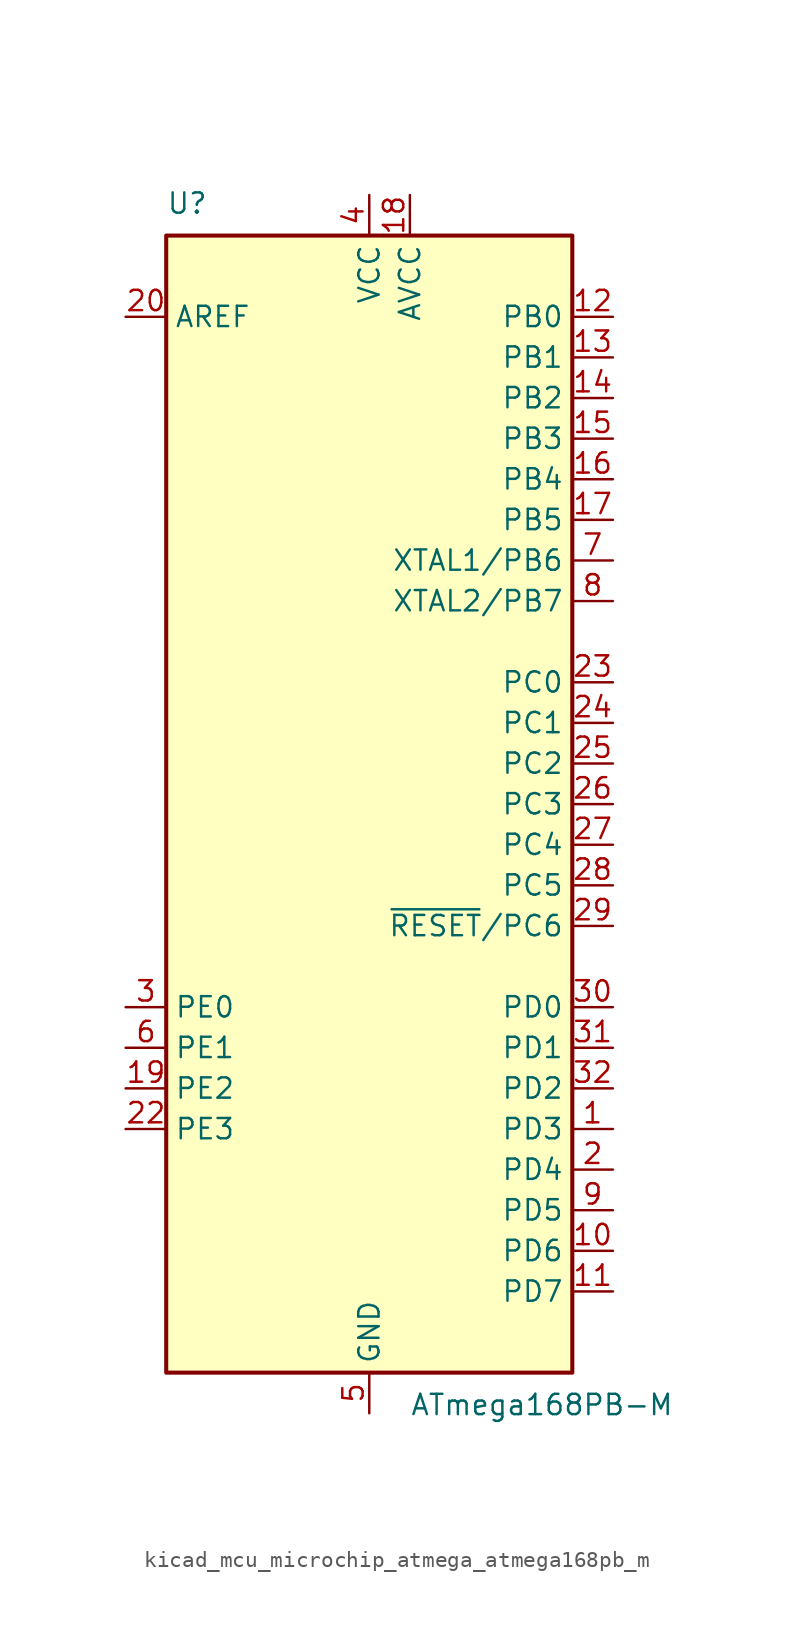
<source format=kicad_sym>
(kicad_symbol_lib
  (version 20220914)
  (generator kicad_symbol_editor)
  (symbol "kicad_mcu_microchip_atmega_atmega168pb_m"
    (property "Reference" "U"
      (at -12.7 36.83 0)
      (effects (font (size 1.27 1.27)) (justify left bottom)))
    (property "Value" "ATmega168PB-M"
      (at 2.54 -36.83 0)
      (effects (font (size 1.27 1.27)) (justify left top)))
    (symbol "kicad_mcu_microchip_atmega_atmega168pb_m_0_1"
      (rectangle (start -12.7 -35.56) (end 12.7 35.56) (stroke (width 0.254) (type default)) (fill (type background))))
    (symbol "kicad_mcu_microchip_atmega_atmega168pb_m_1_1"
      (pin bidirectional line (at 15.24 -20.32 180) (length 2.54) (name "PD3" (effects (font (size 1.27 1.27)))) (number "1" (effects (font (size 1.27 1.27)))))
      (pin bidirectional line (at 15.24 -27.94 180) (length 2.54) (name "PD6" (effects (font (size 1.27 1.27)))) (number "10" (effects (font (size 1.27 1.27)))))
      (pin bidirectional line (at 15.24 -30.48 180) (length 2.54) (name "PD7" (effects (font (size 1.27 1.27)))) (number "11" (effects (font (size 1.27 1.27)))))
      (pin bidirectional line (at 15.24 30.48 180) (length 2.54) (name "PB0" (effects (font (size 1.27 1.27)))) (number "12" (effects (font (size 1.27 1.27)))))
      (pin bidirectional line (at 15.24 27.94 180) (length 2.54) (name "PB1" (effects (font (size 1.27 1.27)))) (number "13" (effects (font (size 1.27 1.27)))))
      (pin bidirectional line (at 15.24 25.4 180) (length 2.54) (name "PB2" (effects (font (size 1.27 1.27)))) (number "14" (effects (font (size 1.27 1.27)))))
      (pin bidirectional line (at 15.24 22.86 180) (length 2.54) (name "PB3" (effects (font (size 1.27 1.27)))) (number "15" (effects (font (size 1.27 1.27)))))
      (pin bidirectional line (at 15.24 20.32 180) (length 2.54) (name "PB4" (effects (font (size 1.27 1.27)))) (number "16" (effects (font (size 1.27 1.27)))))
      (pin bidirectional line (at 15.24 17.78 180) (length 2.54) (name "PB5" (effects (font (size 1.27 1.27)))) (number "17" (effects (font (size 1.27 1.27)))))
      (pin power_in line (at 2.54 38.1 270) (length 2.54) (name "AVCC" (effects (font (size 1.27 1.27)))) (number "18" (effects (font (size 1.27 1.27)))))
      (pin bidirectional line (at -15.24 -17.78 0) (length 2.54) (name "PE2" (effects (font (size 1.27 1.27)))) (number "19" (effects (font (size 1.27 1.27)))))
      (pin bidirectional line (at 15.24 -22.86 180) (length 2.54) (name "PD4" (effects (font (size 1.27 1.27)))) (number "2" (effects (font (size 1.27 1.27)))))
      (pin passive line (at -15.24 30.48 0) (length 2.54) (name "AREF" (effects (font (size 1.27 1.27)))) (number "20" (effects (font (size 1.27 1.27)))))
      (pin passive line (at 0 -38.1 90) (length 2.54) hide (name "GND" (effects (font (size 1.27 1.27)))) (number "21" (effects (font (size 1.27 1.27)))))
      (pin bidirectional line (at -15.24 -20.32 0) (length 2.54) (name "PE3" (effects (font (size 1.27 1.27)))) (number "22" (effects (font (size 1.27 1.27)))))
      (pin bidirectional line (at 15.24 7.62 180) (length 2.54) (name "PC0" (effects (font (size 1.27 1.27)))) (number "23" (effects (font (size 1.27 1.27)))))
      (pin bidirectional line (at 15.24 5.08 180) (length 2.54) (name "PC1" (effects (font (size 1.27 1.27)))) (number "24" (effects (font (size 1.27 1.27)))))
      (pin bidirectional line (at 15.24 2.54 180) (length 2.54) (name "PC2" (effects (font (size 1.27 1.27)))) (number "25" (effects (font (size 1.27 1.27)))))
      (pin bidirectional line (at 15.24 0 180) (length 2.54) (name "PC3" (effects (font (size 1.27 1.27)))) (number "26" (effects (font (size 1.27 1.27)))))
      (pin bidirectional line (at 15.24 -2.54 180) (length 2.54) (name "PC4" (effects (font (size 1.27 1.27)))) (number "27" (effects (font (size 1.27 1.27)))))
      (pin bidirectional line (at 15.24 -5.08 180) (length 2.54) (name "PC5" (effects (font (size 1.27 1.27)))) (number "28" (effects (font (size 1.27 1.27)))))
      (pin bidirectional line (at 15.24 -7.62 180) (length 2.54) (name "~{RESET}/PC6" (effects (font (size 1.27 1.27)))) (number "29" (effects (font (size 1.27 1.27)))))
      (pin bidirectional line (at -15.24 -12.7 0) (length 2.54) (name "PE0" (effects (font (size 1.27 1.27)))) (number "3" (effects (font (size 1.27 1.27)))))
      (pin bidirectional line (at 15.24 -12.7 180) (length 2.54) (name "PD0" (effects (font (size 1.27 1.27)))) (number "30" (effects (font (size 1.27 1.27)))))
      (pin bidirectional line (at 15.24 -15.24 180) (length 2.54) (name "PD1" (effects (font (size 1.27 1.27)))) (number "31" (effects (font (size 1.27 1.27)))))
      (pin bidirectional line (at 15.24 -17.78 180) (length 2.54) (name "PD2" (effects (font (size 1.27 1.27)))) (number "32" (effects (font (size 1.27 1.27)))))
      (pin passive line (at 0 -38.1 90) (length 2.54) hide (name "GND" (effects (font (size 1.27 1.27)))) (number "33" (effects (font (size 1.27 1.27)))))
      (pin power_in line (at 0 38.1 270) (length 2.54) (name "VCC" (effects (font (size 1.27 1.27)))) (number "4" (effects (font (size 1.27 1.27)))))
      (pin power_in line (at 0 -38.1 90) (length 2.54) (name "GND" (effects (font (size 1.27 1.27)))) (number "5" (effects (font (size 1.27 1.27)))))
      (pin bidirectional line (at -15.24 -15.24 0) (length 2.54) (name "PE1" (effects (font (size 1.27 1.27)))) (number "6" (effects (font (size 1.27 1.27)))))
      (pin bidirectional line (at 15.24 15.24 180) (length 2.54) (name "XTAL1/PB6" (effects (font (size 1.27 1.27)))) (number "7" (effects (font (size 1.27 1.27)))))
      (pin bidirectional line (at 15.24 12.7 180) (length 2.54) (name "XTAL2/PB7" (effects (font (size 1.27 1.27)))) (number "8" (effects (font (size 1.27 1.27)))))
      (pin bidirectional line (at 15.24 -25.4 180) (length 2.54) (name "PD5" (effects (font (size 1.27 1.27)))) (number "9" (effects (font (size 1.27 1.27))))))))
</source>
